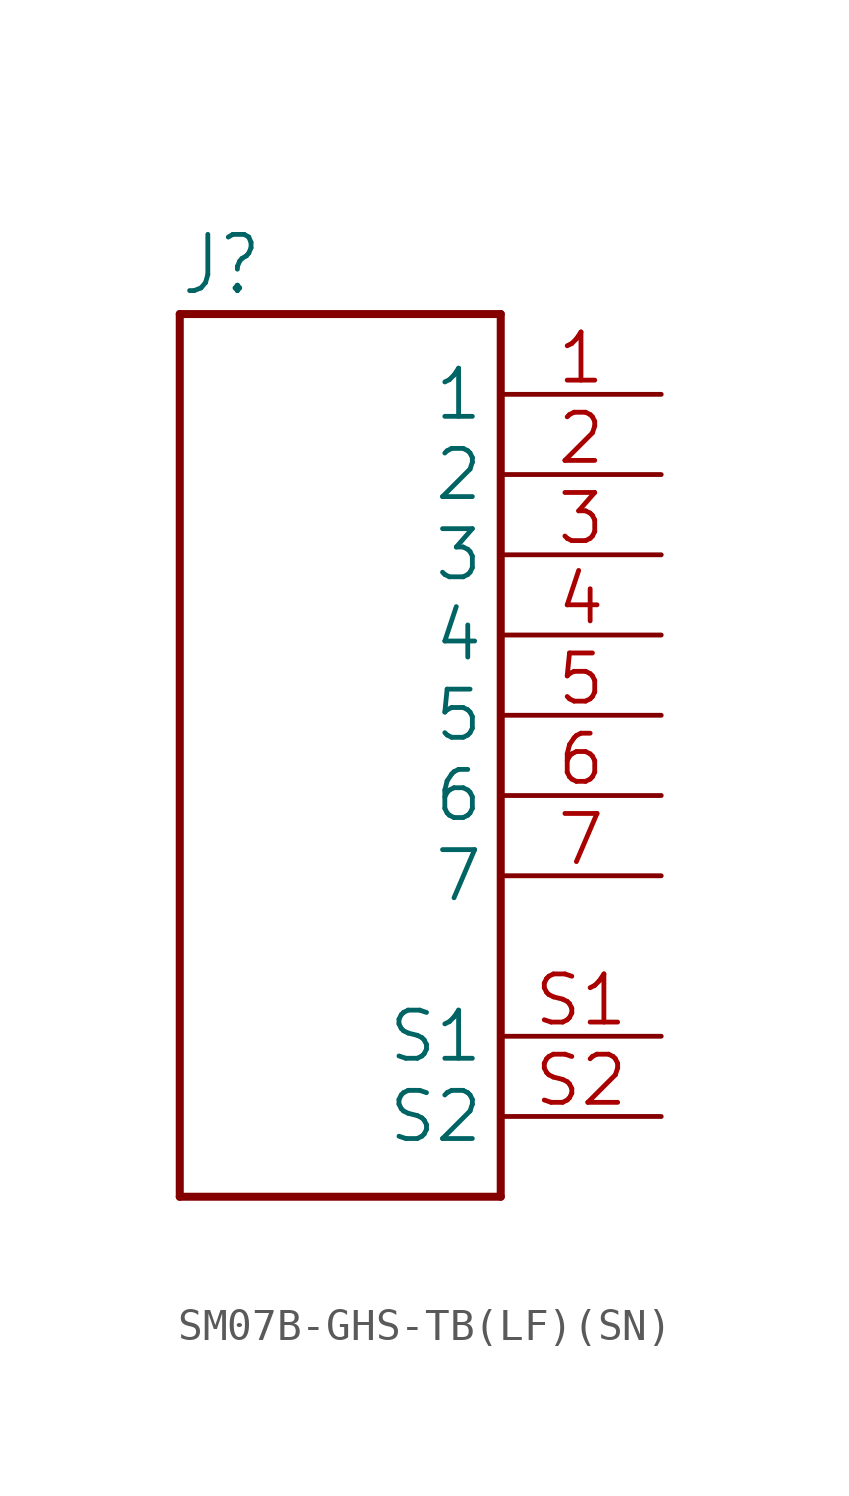
<source format=kicad_sym>
(kicad_symbol_lib
  (version 20241209)
  (generator "kicad_symbol_editor")
  (generator_version "9.0")
  (symbol "SM07B-GHS-TB(LF)(SN)"
    (property "Reference" "J"
      (at -5.084 13.218 0)
      (effects (font (size 1.779 1.512)) (justify left bottom)))
    (property "Value" ""
      (at -5.086 -15.258 0)
      (effects (font (size 1.78 1.513)) (justify left bottom)))
    (property "ki_locked" ""
      (at 0 0 0)
      (effects (font (size 1.27 1.27))))
    (symbol "SM07B-GHS-TB(LF)(SN)_1_0"
      (polyline (pts (xy -5.08 12.7) (xy -5.08 -15.24)) (stroke (width 0.254) (type solid)) (fill (type none)))
      (polyline (pts (xy -5.08 -15.24) (xy 5.08 -15.24)) (stroke (width 0.254) (type solid)) (fill (type none)))
      (polyline (pts (xy 5.08 12.7) (xy -5.08 12.7)) (stroke (width 0.254) (type solid)) (fill (type none)))
      (polyline (pts (xy 5.08 -15.24) (xy 5.08 12.7)) (stroke (width 0.254) (type solid)) (fill (type none)))
      (pin passive line (at 10.16 10.16 180) (length 5.08) (name "1" (effects (font (size 1.524 1.524)))) (number "1" (effects (font (size 1.524 1.524)))))
      (pin passive line (at 10.16 7.62 180) (length 5.08) (name "2" (effects (font (size 1.524 1.524)))) (number "2" (effects (font (size 1.524 1.524)))))
      (pin passive line (at 10.16 5.08 180) (length 5.08) (name "3" (effects (font (size 1.524 1.524)))) (number "3" (effects (font (size 1.524 1.524)))))
      (pin passive line (at 10.16 2.54 180) (length 5.08) (name "4" (effects (font (size 1.524 1.524)))) (number "4" (effects (font (size 1.524 1.524)))))
      (pin passive line (at 10.16 0 180) (length 5.08) (name "5" (effects (font (size 1.524 1.524)))) (number "5" (effects (font (size 1.524 1.524)))))
      (pin passive line (at 10.16 -2.54 180) (length 5.08) (name "6" (effects (font (size 1.524 1.524)))) (number "6" (effects (font (size 1.524 1.524)))))
      (pin passive line (at 10.16 -5.08 180) (length 5.08) (name "7" (effects (font (size 1.524 1.524)))) (number "7" (effects (font (size 1.524 1.524)))))
      (pin power_in line (at 10.16 -10.16 180) (length 5.08) (name "S1" (effects (font (size 1.524 1.524)))) (number "S1" (effects (font (size 1.524 1.524)))))
      (pin power_in line (at 10.16 -12.7 180) (length 5.08) (name "S2" (effects (font (size 1.524 1.524)))) (number "S2" (effects (font (size 1.524 1.524))))))))
</source>
